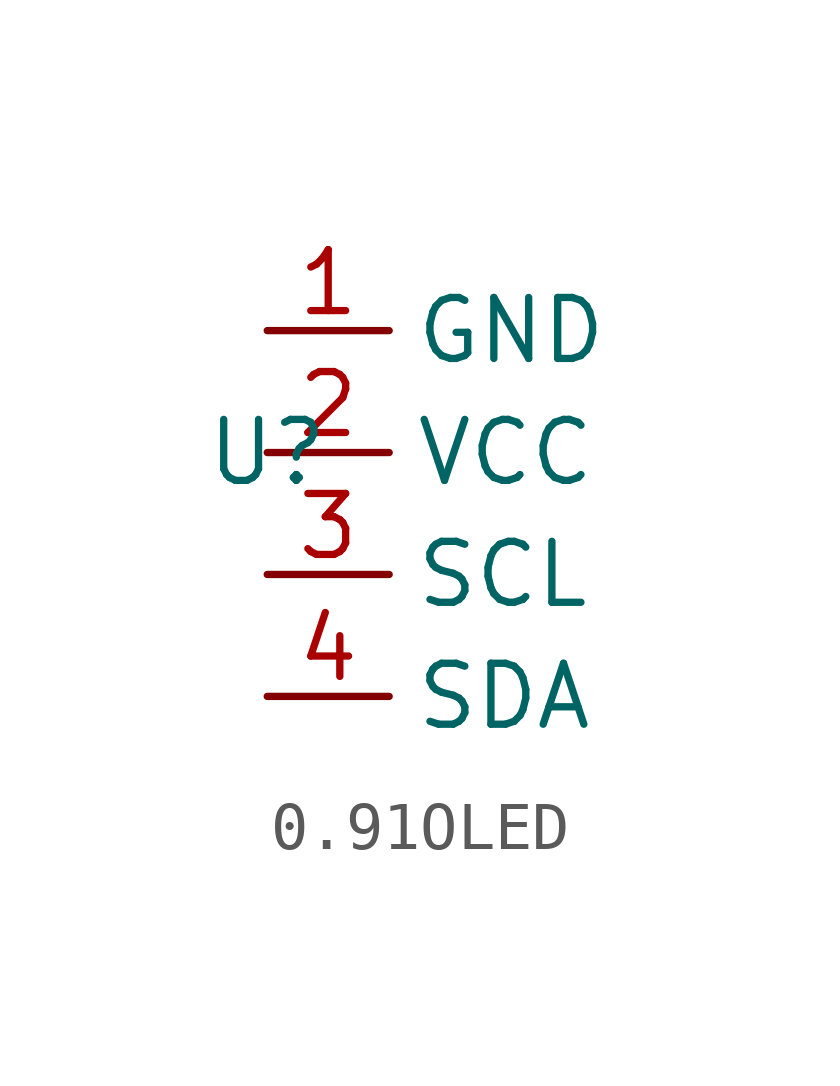
<source format=kicad_sym>
(kicad_symbol_lib
  (version 20241209)
  (generator "kicad_symbol_editor")
  (generator_version "9.0")
  (symbol "0.91OLED"
    (property "Reference" "U"
      (at 0 0 0)
      (effects (font (size 1.27 1.27))))
    (property "Value" ""
      (at 0 0 0)
      (effects (font (size 1.27 1.27))))
    (symbol "0.91OLED_1_1"
      (pin power_in line (at 0 2.54 0) (length 2.54) (name "GND" (effects (font (size 1.27 1.27)))) (number "1" (effects (font (size 1.27 1.27)))))
      (pin power_in line (at 0 0 0) (length 2.54) (name "VCC" (effects (font (size 1.27 1.27)))) (number "2" (effects (font (size 1.27 1.27)))))
      (pin input line (at 0 -2.54 0) (length 2.54) (name "SCL" (effects (font (size 1.27 1.27)))) (number "3" (effects (font (size 1.27 1.27)))))
      (pin output line (at 0 -5.08 0) (length 2.54) (name "SDA" (effects (font (size 1.27 1.27)))) (number "4" (effects (font (size 1.27 1.27))))))))
</source>
